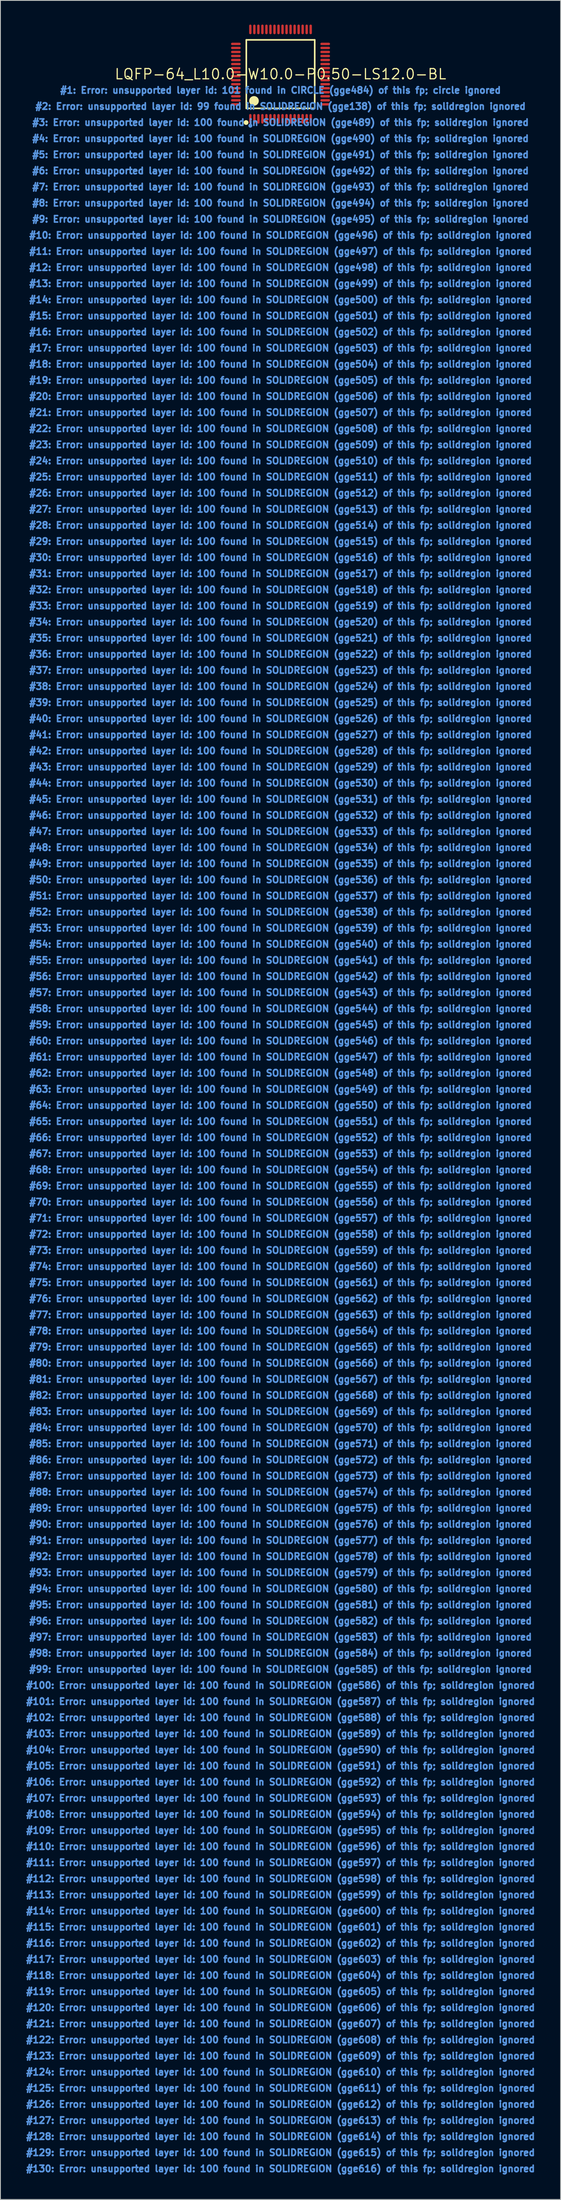
<source format=kicad_pcb>
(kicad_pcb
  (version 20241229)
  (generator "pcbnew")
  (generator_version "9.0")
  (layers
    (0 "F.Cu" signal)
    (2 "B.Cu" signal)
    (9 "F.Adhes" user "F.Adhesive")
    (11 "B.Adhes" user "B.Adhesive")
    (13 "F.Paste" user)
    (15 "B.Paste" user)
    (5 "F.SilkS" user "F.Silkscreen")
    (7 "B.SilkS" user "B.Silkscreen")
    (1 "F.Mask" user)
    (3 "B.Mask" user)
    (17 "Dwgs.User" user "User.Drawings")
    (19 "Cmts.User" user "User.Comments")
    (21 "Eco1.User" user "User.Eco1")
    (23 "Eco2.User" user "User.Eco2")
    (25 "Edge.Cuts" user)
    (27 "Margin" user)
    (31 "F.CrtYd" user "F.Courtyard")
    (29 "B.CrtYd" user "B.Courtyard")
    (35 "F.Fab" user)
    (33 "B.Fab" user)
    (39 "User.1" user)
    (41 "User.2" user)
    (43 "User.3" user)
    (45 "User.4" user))
  (footprint "LQFP-64_L10.0-W10.0-P0.50-LS12.0-BL"
    (layer "F.Cu")
    (at 31.801 6.15)
    (property "Reference" "LQFP-64_L10.0-W10.0-P0.50-LS12.0-BL" (at 0 0 0) (layer "F.SilkS") (effects (font (size 1.27 1.27) (thickness 0.15))))
    (attr smd)
    (fp_line (start -4.25 -4.25) (end -4.25 4.25) (stroke (width 0.2) (type solid)) (layer "F.SilkS"))
    (fp_line (start -4.25 4.25) (end 4.25 4.25) (stroke (width 0.2) (type solid)) (layer "F.SilkS"))
    (fp_line (start 4.25 -4.25) (end -4.25 -4.25) (stroke (width 0.2) (type solid)) (layer "F.SilkS"))
    (fp_line (start 4.25 4.25) (end 4.25 -4.25) (stroke (width 0.2) (type solid)) (layer "F.SilkS"))
    (fp_arc (start -4.277 5.86) (mid -4.27973 6.160012) (end -4.27954 5.859988) (stroke (width 0.3) (type solid)) (layer "F.SilkS"))
    (fp_arc (start -3.294 3.025) (mid -3.297461 3.625015) (end -3.299079 3.024992) (stroke (width 0.6) (type solid)) (layer "F.SilkS"))
    (fp_circle (center -3.75 6.4) (end -3.625 6.4) (stroke (width 0.25) (type solid)) (fill no) (layer "Cmts.User"))
    (fp_text user "#105: Error: unsupported layer id: 100 found in SOLIDREGION (gge591) of this fp; solidregion ignored" (at 0 210 0) (layer "Cmts.User") (effects (font (size 0.8 0.8) (thickness 0.2))))
    (fp_text user "#109: Error: unsupported layer id: 100 found in SOLIDREGION (gge595) of this fp; solidregion ignored" (at 0 218 0) (layer "Cmts.User") (effects (font (size 0.8 0.8) (thickness 0.2))))
    (fp_text user "#107: Error: unsupported layer id: 100 found in SOLIDREGION (gge593) of this fp; solidregion ignored" (at 0 214 0) (layer "Cmts.User") (effects (font (size 0.8 0.8) (thickness 0.2))))
    (fp_text user "#103: Error: unsupported layer id: 100 found in SOLIDREGION (gge589) of this fp; solidregion ignored" (at 0 206 0) (layer "Cmts.User") (effects (font (size 0.8 0.8) (thickness 0.2))))
    (fp_text user "#8: Error: unsupported layer id: 100 found in SOLIDREGION (gge494) of this fp; solidregion ignored" (at 0 16 0) (layer "Cmts.User") (effects (font (size 0.8 0.8) (thickness 0.2))))
    (fp_text user "#114: Error: unsupported layer id: 100 found in SOLIDREGION (gge600) of this fp; solidregion ignored" (at 0 228 0) (layer "Cmts.User") (effects (font (size 0.8 0.8) (thickness 0.2))))
    (fp_text user "#77: Error: unsupported layer id: 100 found in SOLIDREGION (gge563) of this fp; solidregion ignored" (at 0 154 0) (layer "Cmts.User") (effects (font (size 0.8 0.8) (thickness 0.2))))
    (fp_text user "#68: Error: unsupported layer id: 100 found in SOLIDREGION (gge554) of this fp; solidregion ignored" (at 0 136 0) (layer "Cmts.User") (effects (font (size 0.8 0.8) (thickness 0.2))))
    (fp_text user "#23: Error: unsupported layer id: 100 found in SOLIDREGION (gge509) of this fp; solidregion ignored" (at 0 46 0) (layer "Cmts.User") (effects (font (size 0.8 0.8) (thickness 0.2))))
    (fp_text user "#89: Error: unsupported layer id: 100 found in SOLIDREGION (gge575) of this fp; solidregion ignored" (at 0 178 0) (layer "Cmts.User") (effects (font (size 0.8 0.8) (thickness 0.2))))
    (fp_text user "#11: Error: unsupported layer id: 100 found in SOLIDREGION (gge497) of this fp; solidregion ignored" (at 0 22 0) (layer "Cmts.User") (effects (font (size 0.8 0.8) (thickness 0.2))))
    (fp_text user "#87: Error: unsupported layer id: 100 found in SOLIDREGION (gge573) of this fp; solidregion ignored" (at 0 174 0) (layer "Cmts.User") (effects (font (size 0.8 0.8) (thickness 0.2))))
    (fp_text user "#50: Error: unsupported layer id: 100 found in SOLIDREGION (gge536) of this fp; solidregion ignored" (at 0 100 0) (layer "Cmts.User") (effects (font (size 0.8 0.8) (thickness 0.2))))
    (fp_text user "#31: Error: unsupported layer id: 100 found in SOLIDREGION (gge517) of this fp; solidregion ignored" (at 0 62 0) (layer "Cmts.User") (effects (font (size 0.8 0.8) (thickness 0.2))))
    (fp_text user "#46: Error: unsupported layer id: 100 found in SOLIDREGION (gge532) of this fp; solidregion ignored" (at 0 92 0) (layer "Cmts.User") (effects (font (size 0.8 0.8) (thickness 0.2))))
    (fp_text user "#124: Error: unsupported layer id: 100 found in SOLIDREGION (gge610) of this fp; solidregion ignored" (at 0 248 0) (layer "Cmts.User") (effects (font (size 0.8 0.8) (thickness 0.2))))
    (fp_text user "#13: Error: unsupported layer id: 100 found in SOLIDREGION (gge499) of this fp; solidregion ignored" (at 0 26 0) (layer "Cmts.User") (effects (font (size 0.8 0.8) (thickness 0.2))))
    (fp_text user "#98: Error: unsupported layer id: 100 found in SOLIDREGION (gge584) of this fp; solidregion ignored" (at 0 196 0) (layer "Cmts.User") (effects (font (size 0.8 0.8) (thickness 0.2))))
    (fp_text user "#96: Error: unsupported layer id: 100 found in SOLIDREGION (gge582) of this fp; solidregion ignored" (at 0 192 0) (layer "Cmts.User") (effects (font (size 0.8 0.8) (thickness 0.2))))
    (fp_text user "#36: Error: unsupported layer id: 100 found in SOLIDREGION (gge522) of this fp; solidregion ignored" (at 0 72 0) (layer "Cmts.User") (effects (font (size 0.8 0.8) (thickness 0.2))))
    (fp_text user "#120: Error: unsupported layer id: 100 found in SOLIDREGION (gge606) of this fp; solidregion ignored" (at 0 240 0) (layer "Cmts.User") (effects (font (size 0.8 0.8) (thickness 0.2))))
    (fp_text user "#110: Error: unsupported layer id: 100 found in SOLIDREGION (gge596) of this fp; solidregion ignored" (at 0 220 0) (layer "Cmts.User") (effects (font (size 0.8 0.8) (thickness 0.2))))
    (fp_text user "#92: Error: unsupported layer id: 100 found in SOLIDREGION (gge578) of this fp; solidregion ignored" (at 0 184 0) (layer "Cmts.User") (effects (font (size 0.8 0.8) (thickness 0.2))))
    (fp_text user "#18: Error: unsupported layer id: 100 found in SOLIDREGION (gge504) of this fp; solidregion ignored" (at 0 36 0) (layer "Cmts.User") (effects (font (size 0.8 0.8) (thickness 0.2))))
    (fp_text user "#73: Error: unsupported layer id: 100 found in SOLIDREGION (gge559) of this fp; solidregion ignored" (at 0 146 0) (layer "Cmts.User") (effects (font (size 0.8 0.8) (thickness 0.2))))
    (fp_text user "#44: Error: unsupported layer id: 100 found in SOLIDREGION (gge530) of this fp; solidregion ignored" (at 0 88 0) (layer "Cmts.User") (effects (font (size 0.8 0.8) (thickness 0.2))))
    (fp_text user "#61: Error: unsupported layer id: 100 found in SOLIDREGION (gge547) of this fp; solidregion ignored" (at 0 122 0) (layer "Cmts.User") (effects (font (size 0.8 0.8) (thickness 0.2))))
    (fp_text user "#9: Error: unsupported layer id: 100 found in SOLIDREGION (gge495) of this fp; solidregion ignored" (at 0 18 0) (layer "Cmts.User") (effects (font (size 0.8 0.8) (thickness 0.2))))
    (fp_text user "#88: Error: unsupported layer id: 100 found in SOLIDREGION (gge574) of this fp; solidregion ignored" (at 0 176 0) (layer "Cmts.User") (effects (font (size 0.8 0.8) (thickness 0.2))))
    (fp_text user "#40: Error: unsupported layer id: 100 found in SOLIDREGION (gge526) of this fp; solidregion ignored" (at 0 80 0) (layer "Cmts.User") (effects (font (size 0.8 0.8) (thickness 0.2))))
    (fp_text user "#66: Error: unsupported layer id: 100 found in SOLIDREGION (gge552) of this fp; solidregion ignored" (at 0 132 0) (layer "Cmts.User") (effects (font (size 0.8 0.8) (thickness 0.2))))
    (fp_text user "#58: Error: unsupported layer id: 100 found in SOLIDREGION (gge544) of this fp; solidregion ignored" (at 0 116 0) (layer "Cmts.User") (effects (font (size 0.8 0.8) (thickness 0.2))))
    (fp_text user "#16: Error: unsupported layer id: 100 found in SOLIDREGION (gge502) of this fp; solidregion ignored" (at 0 32 0) (layer "Cmts.User") (effects (font (size 0.8 0.8) (thickness 0.2))))
    (fp_text user "#45: Error: unsupported layer id: 100 found in SOLIDREGION (gge531) of this fp; solidregion ignored" (at 0 90 0) (layer "Cmts.User") (effects (font (size 0.8 0.8) (thickness 0.2))))
    (fp_text user "#6: Error: unsupported layer id: 100 found in SOLIDREGION (gge492) of this fp; solidregion ignored" (at 0 12 0) (layer "Cmts.User") (effects (font (size 0.8 0.8) (thickness 0.2))))
    (fp_text user "#85: Error: unsupported layer id: 100 found in SOLIDREGION (gge571) of this fp; solidregion ignored" (at 0 170 0) (layer "Cmts.User") (effects (font (size 0.8 0.8) (thickness 0.2))))
    (fp_text user "#65: Error: unsupported layer id: 100 found in SOLIDREGION (gge551) of this fp; solidregion ignored" (at 0 130 0) (layer "Cmts.User") (effects (font (size 0.8 0.8) (thickness 0.2))))
    (fp_text user "#95: Error: unsupported layer id: 100 found in SOLIDREGION (gge581) of this fp; solidregion ignored" (at 0 190 0) (layer "Cmts.User") (effects (font (size 0.8 0.8) (thickness 0.2))))
    (fp_text user "#26: Error: unsupported layer id: 100 found in SOLIDREGION (gge512) of this fp; solidregion ignored" (at 0 52 0) (layer "Cmts.User") (effects (font (size 0.8 0.8) (thickness 0.2))))
    (fp_text user "#39: Error: unsupported layer id: 100 found in SOLIDREGION (gge525) of this fp; solidregion ignored" (at 0 78 0) (layer "Cmts.User") (effects (font (size 0.8 0.8) (thickness 0.2))))
    (fp_text user "#93: Error: unsupported layer id: 100 found in SOLIDREGION (gge579) of this fp; solidregion ignored" (at 0 186 0) (layer "Cmts.User") (effects (font (size 0.8 0.8) (thickness 0.2))))
    (fp_text user "#125: Error: unsupported layer id: 100 found in SOLIDREGION (gge611) of this fp; solidregion ignored" (at 0 250 0) (layer "Cmts.User") (effects (font (size 0.8 0.8) (thickness 0.2))))
    (fp_text user "#41: Error: unsupported layer id: 100 found in SOLIDREGION (gge527) of this fp; solidregion ignored" (at 0 82 0) (layer "Cmts.User") (effects (font (size 0.8 0.8) (thickness 0.2))))
    (fp_text user "#72: Error: unsupported layer id: 100 found in SOLIDREGION (gge558) of this fp; solidregion ignored" (at 0 144 0) (layer "Cmts.User") (effects (font (size 0.8 0.8) (thickness 0.2))))
    (fp_text user "#1: Error: unsupported layer id: 101 found in CIRCLE (gge484) of this fp; circle ignored" (at 0 2 0) (layer "Cmts.User") (effects (font (size 0.8 0.8) (thickness 0.2))))
    (fp_text user "#90: Error: unsupported layer id: 100 found in SOLIDREGION (gge576) of this fp; solidregion ignored" (at 0 180 0) (layer "Cmts.User") (effects (font (size 0.8 0.8) (thickness 0.2))))
    (fp_text user "#71: Error: unsupported layer id: 100 found in SOLIDREGION (gge557) of this fp; solidregion ignored" (at 0 142 0) (layer "Cmts.User") (effects (font (size 0.8 0.8) (thickness 0.2))))
    (fp_text user "#59: Error: unsupported layer id: 100 found in SOLIDREGION (gge545) of this fp; solidregion ignored" (at 0 118 0) (layer "Cmts.User") (effects (font (size 0.8 0.8) (thickness 0.2))))
    (fp_text user "#81: Error: unsupported layer id: 100 found in SOLIDREGION (gge567) of this fp; solidregion ignored" (at 0 162 0) (layer "Cmts.User") (effects (font (size 0.8 0.8) (thickness 0.2))))
    (fp_text user "#42: Error: unsupported layer id: 100 found in SOLIDREGION (gge528) of this fp; solidregion ignored" (at 0 84 0) (layer "Cmts.User") (effects (font (size 0.8 0.8) (thickness 0.2))))
    (fp_text user "#63: Error: unsupported layer id: 100 found in SOLIDREGION (gge549) of this fp; solidregion ignored" (at 0 126 0) (layer "Cmts.User") (effects (font (size 0.8 0.8) (thickness 0.2))))
    (fp_text user "#100: Error: unsupported layer id: 100 found in SOLIDREGION (gge586) of this fp; solidregion ignored" (at 0 200 0) (layer "Cmts.User") (effects (font (size 0.8 0.8) (thickness 0.2))))
    (fp_text user "#83: Error: unsupported layer id: 100 found in SOLIDREGION (gge569) of this fp; solidregion ignored" (at 0 166 0) (layer "Cmts.User") (effects (font (size 0.8 0.8) (thickness 0.2))))
    (fp_text user "#91: Error: unsupported layer id: 100 found in SOLIDREGION (gge577) of this fp; solidregion ignored" (at 0 182 0) (layer "Cmts.User") (effects (font (size 0.8 0.8) (thickness 0.2))))
    (fp_text user "#2: Error: unsupported layer id: 99 found in SOLIDREGION (gge138) of this fp; solidregion ignored" (at 0 4 0) (layer "Cmts.User") (effects (font (size 0.8 0.8) (thickness 0.2))))
    (fp_text user "#22: Error: unsupported layer id: 100 found in SOLIDREGION (gge508) of this fp; solidregion ignored" (at 0 44 0) (layer "Cmts.User") (effects (font (size 0.8 0.8) (thickness 0.2))))
    (fp_text user "#25: Error: unsupported layer id: 100 found in SOLIDREGION (gge511) of this fp; solidregion ignored" (at 0 50 0) (layer "Cmts.User") (effects (font (size 0.8 0.8) (thickness 0.2))))
    (fp_text user "#82: Error: unsupported layer id: 100 found in SOLIDREGION (gge568) of this fp; solidregion ignored" (at 0 164 0) (layer "Cmts.User") (effects (font (size 0.8 0.8) (thickness 0.2))))
    (fp_text user "#12: Error: unsupported layer id: 100 found in SOLIDREGION (gge498) of this fp; solidregion ignored" (at 0 24 0) (layer "Cmts.User") (effects (font (size 0.8 0.8) (thickness 0.2))))
    (fp_text user "#128: Error: unsupported layer id: 100 found in SOLIDREGION (gge614) of this fp; solidregion ignored" (at 0 256 0) (layer "Cmts.User") (effects (font (size 0.8 0.8) (thickness 0.2))))
    (fp_text user "#69: Error: unsupported layer id: 100 found in SOLIDREGION (gge555) of this fp; solidregion ignored" (at 0 138 0) (layer "Cmts.User") (effects (font (size 0.8 0.8) (thickness 0.2))))
    (fp_text user "#102: Error: unsupported layer id: 100 found in SOLIDREGION (gge588) of this fp; solidregion ignored" (at 0 204 0) (layer "Cmts.User") (effects (font (size 0.8 0.8) (thickness 0.2))))
    (fp_text user "#49: Error: unsupported layer id: 100 found in SOLIDREGION (gge535) of this fp; solidregion ignored" (at 0 98 0) (layer "Cmts.User") (effects (font (size 0.8 0.8) (thickness 0.2))))
    (fp_text user "#32: Error: unsupported layer id: 100 found in SOLIDREGION (gge518) of this fp; solidregion ignored" (at 0 64 0) (layer "Cmts.User") (effects (font (size 0.8 0.8) (thickness 0.2))))
    (fp_text user "#111: Error: unsupported layer id: 100 found in SOLIDREGION (gge597) of this fp; solidregion ignored" (at 0 222 0) (layer "Cmts.User") (effects (font (size 0.8 0.8) (thickness 0.2))))
    (fp_text user "#99: Error: unsupported layer id: 100 found in SOLIDREGION (gge585) of this fp; solidregion ignored" (at 0 198 0) (layer "Cmts.User") (effects (font (size 0.8 0.8) (thickness 0.2))))
    (fp_text user "#117: Error: unsupported layer id: 100 found in SOLIDREGION (gge603) of this fp; solidregion ignored" (at 0 234 0) (layer "Cmts.User") (effects (font (size 0.8 0.8) (thickness 0.2))))
    (fp_text user "#78: Error: unsupported layer id: 100 found in SOLIDREGION (gge564) of this fp; solidregion ignored" (at 0 156 0) (layer "Cmts.User") (effects (font (size 0.8 0.8) (thickness 0.2))))
    (fp_text user "#28: Error: unsupported layer id: 100 found in SOLIDREGION (gge514) of this fp; solidregion ignored" (at 0 56 0) (layer "Cmts.User") (effects (font (size 0.8 0.8) (thickness 0.2))))
    (fp_text user "#75: Error: unsupported layer id: 100 found in SOLIDREGION (gge561) of this fp; solidregion ignored" (at 0 150 0) (layer "Cmts.User") (effects (font (size 0.8 0.8) (thickness 0.2))))
    (fp_text user "#10: Error: unsupported layer id: 100 found in SOLIDREGION (gge496) of this fp; solidregion ignored" (at 0 20 0) (layer "Cmts.User") (effects (font (size 0.8 0.8) (thickness 0.2))))
    (fp_text user "#116: Error: unsupported layer id: 100 found in SOLIDREGION (gge602) of this fp; solidregion ignored" (at 0 232 0) (layer "Cmts.User") (effects (font (size 0.8 0.8) (thickness 0.2))))
    (fp_text user "#60: Error: unsupported layer id: 100 found in SOLIDREGION (gge546) of this fp; solidregion ignored" (at 0 120 0) (layer "Cmts.User") (effects (font (size 0.8 0.8) (thickness 0.2))))
    (fp_text user "#113: Error: unsupported layer id: 100 found in SOLIDREGION (gge599) of this fp; solidregion ignored" (at 0 226 0) (layer "Cmts.User") (effects (font (size 0.8 0.8) (thickness 0.2))))
    (fp_text user "#5: Error: unsupported layer id: 100 found in SOLIDREGION (gge491) of this fp; solidregion ignored" (at 0 10 0) (layer "Cmts.User") (effects (font (size 0.8 0.8) (thickness 0.2))))
    (fp_text user "#79: Error: unsupported layer id: 100 found in SOLIDREGION (gge565) of this fp; solidregion ignored" (at 0 158 0) (layer "Cmts.User") (effects (font (size 0.8 0.8) (thickness 0.2))))
    (fp_text user "#130: Error: unsupported layer id: 100 found in SOLIDREGION (gge616) of this fp; solidregion ignored" (at 0 260 0) (layer "Cmts.User") (effects (font (size 0.8 0.8) (thickness 0.2))))
    (fp_text user "#101: Error: unsupported layer id: 100 found in SOLIDREGION (gge587) of this fp; solidregion ignored" (at 0 202 0) (layer "Cmts.User") (effects (font (size 0.8 0.8) (thickness 0.2))))
    (fp_text user "#24: Error: unsupported layer id: 100 found in SOLIDREGION (gge510) of this fp; solidregion ignored" (at 0 48 0) (layer "Cmts.User") (effects (font (size 0.8 0.8) (thickness 0.2))))
    (fp_text user "#15: Error: unsupported layer id: 100 found in SOLIDREGION (gge501) of this fp; solidregion ignored" (at 0 30 0) (layer "Cmts.User") (effects (font (size 0.8 0.8) (thickness 0.2))))
    (fp_text user "#129: Error: unsupported layer id: 100 found in SOLIDREGION (gge615) of this fp; solidregion ignored" (at 0 258 0) (layer "Cmts.User") (effects (font (size 0.8 0.8) (thickness 0.2))))
    (fp_text user "#17: Error: unsupported layer id: 100 found in SOLIDREGION (gge503) of this fp; solidregion ignored" (at 0 34 0) (layer "Cmts.User") (effects (font (size 0.8 0.8) (thickness 0.2))))
    (fp_text user "#118: Error: unsupported layer id: 100 found in SOLIDREGION (gge604) of this fp; solidregion ignored" (at 0 236 0) (layer "Cmts.User") (effects (font (size 0.8 0.8) (thickness 0.2))))
    (fp_text user "#34: Error: unsupported layer id: 100 found in SOLIDREGION (gge520) of this fp; solidregion ignored" (at 0 68 0) (layer "Cmts.User") (effects (font (size 0.8 0.8) (thickness 0.2))))
    (fp_text user "#21: Error: unsupported layer id: 100 found in SOLIDREGION (gge507) of this fp; solidregion ignored" (at 0 42 0) (layer "Cmts.User") (effects (font (size 0.8 0.8) (thickness 0.2))))
    (fp_text user "#47: Error: unsupported layer id: 100 found in SOLIDREGION (gge533) of this fp; solidregion ignored" (at 0 94 0) (layer "Cmts.User") (effects (font (size 0.8 0.8) (thickness 0.2))))
    (fp_text user "#57: Error: unsupported layer id: 100 found in SOLIDREGION (gge543) of this fp; solidregion ignored" (at 0 114 0) (layer "Cmts.User") (effects (font (size 0.8 0.8) (thickness 0.2))))
    (fp_text user "#97: Error: unsupported layer id: 100 found in SOLIDREGION (gge583) of this fp; solidregion ignored" (at 0 194 0) (layer "Cmts.User") (effects (font (size 0.8 0.8) (thickness 0.2))))
    (fp_text user "#70: Error: unsupported layer id: 100 found in SOLIDREGION (gge556) of this fp; solidregion ignored" (at 0 140 0) (layer "Cmts.User") (effects (font (size 0.8 0.8) (thickness 0.2))))
    (fp_text user "#48: Error: unsupported layer id: 100 found in SOLIDREGION (gge534) of this fp; solidregion ignored" (at 0 96 0) (layer "Cmts.User") (effects (font (size 0.8 0.8) (thickness 0.2))))
    (fp_text user "#127: Error: unsupported layer id: 100 found in SOLIDREGION (gge613) of this fp; solidregion ignored" (at 0 254 0) (layer "Cmts.User") (effects (font (size 0.8 0.8) (thickness 0.2))))
    (fp_text user "#84: Error: unsupported layer id: 100 found in SOLIDREGION (gge570) of this fp; solidregion ignored" (at 0 168 0) (layer "Cmts.User") (effects (font (size 0.8 0.8) (thickness 0.2))))
    (fp_text user "#123: Error: unsupported layer id: 100 found in SOLIDREGION (gge609) of this fp; solidregion ignored" (at 0 246 0) (layer "Cmts.User") (effects (font (size 0.8 0.8) (thickness 0.2))))
    (fp_text user "#67: Error: unsupported layer id: 100 found in SOLIDREGION (gge553) of this fp; solidregion ignored" (at 0 134 0) (layer "Cmts.User") (effects (font (size 0.8 0.8) (thickness 0.2))))
    (fp_text user "#122: Error: unsupported layer id: 100 found in SOLIDREGION (gge608) of this fp; solidregion ignored" (at 0 244 0) (layer "Cmts.User") (effects (font (size 0.8 0.8) (thickness 0.2))))
    (fp_text user "#30: Error: unsupported layer id: 100 found in SOLIDREGION (gge516) of this fp; solidregion ignored" (at 0 60 0) (layer "Cmts.User") (effects (font (size 0.8 0.8) (thickness 0.2))))
    (fp_text user "#19: Error: unsupported layer id: 100 found in SOLIDREGION (gge505) of this fp; solidregion ignored" (at 0 38 0) (layer "Cmts.User") (effects (font (size 0.8 0.8) (thickness 0.2))))
    (fp_text user "#62: Error: unsupported layer id: 100 found in SOLIDREGION (gge548) of this fp; solidregion ignored" (at 0 124 0) (layer "Cmts.User") (effects (font (size 0.8 0.8) (thickness 0.2))))
    (fp_text user "#27: Error: unsupported layer id: 100 found in SOLIDREGION (gge513) of this fp; solidregion ignored" (at 0 54 0) (layer "Cmts.User") (effects (font (size 0.8 0.8) (thickness 0.2))))
    (fp_text user "#64: Error: unsupported layer id: 100 found in SOLIDREGION (gge550) of this fp; solidregion ignored" (at 0 128 0) (layer "Cmts.User") (effects (font (size 0.8 0.8) (thickness 0.2))))
    (fp_text user "#38: Error: unsupported layer id: 100 found in SOLIDREGION (gge524) of this fp; solidregion ignored" (at 0 76 0) (layer "Cmts.User") (effects (font (size 0.8 0.8) (thickness 0.2))))
    (fp_text user "#74: Error: unsupported layer id: 100 found in SOLIDREGION (gge560) of this fp; solidregion ignored" (at 0 148 0) (layer "Cmts.User") (effects (font (size 0.8 0.8) (thickness 0.2))))
    (fp_text user "#35: Error: unsupported layer id: 100 found in SOLIDREGION (gge521) of this fp; solidregion ignored" (at 0 70 0) (layer "Cmts.User") (effects (font (size 0.8 0.8) (thickness 0.2))))
    (fp_text user "#80: Error: unsupported layer id: 100 found in SOLIDREGION (gge566) of this fp; solidregion ignored" (at 0 160 0) (layer "Cmts.User") (effects (font (size 0.8 0.8) (thickness 0.2))))
    (fp_text user "#53: Error: unsupported layer id: 100 found in SOLIDREGION (gge539) of this fp; solidregion ignored" (at 0 106 0) (layer "Cmts.User") (effects (font (size 0.8 0.8) (thickness 0.2))))
    (fp_text user "#126: Error: unsupported layer id: 100 found in SOLIDREGION (gge612) of this fp; solidregion ignored" (at 0 252 0) (layer "Cmts.User") (effects (font (size 0.8 0.8) (thickness 0.2))))
    (fp_text user "#108: Error: unsupported layer id: 100 found in SOLIDREGION (gge594) of this fp; solidregion ignored" (at 0 216 0) (layer "Cmts.User") (effects (font (size 0.8 0.8) (thickness 0.2))))
    (fp_text user "#20: Error: unsupported layer id: 100 found in SOLIDREGION (gge506) of this fp; solidregion ignored" (at 0 40 0) (layer "Cmts.User") (effects (font (size 0.8 0.8) (thickness 0.2))))
    (fp_text user "#3: Error: unsupported layer id: 100 found in SOLIDREGION (gge489) of this fp; solidregion ignored" (at 0 6 0) (layer "Cmts.User") (effects (font (size 0.8 0.8) (thickness 0.2))))
    (fp_text user "#14: Error: unsupported layer id: 100 found in SOLIDREGION (gge500) of this fp; solidregion ignored" (at 0 28 0) (layer "Cmts.User") (effects (font (size 0.8 0.8) (thickness 0.2))))
    (fp_text user "#29: Error: unsupported layer id: 100 found in SOLIDREGION (gge515) of this fp; solidregion ignored" (at 0 58 0) (layer "Cmts.User") (effects (font (size 0.8 0.8) (thickness 0.2))))
    (fp_text user "#7: Error: unsupported layer id: 100 found in SOLIDREGION (gge493) of this fp; solidregion ignored" (at 0 14 0) (layer "Cmts.User") (effects (font (size 0.8 0.8) (thickness 0.2))))
    (fp_text user "#43: Error: unsupported layer id: 100 found in SOLIDREGION (gge529) of this fp; solidregion ignored" (at 0 86 0) (layer "Cmts.User") (effects (font (size 0.8 0.8) (thickness 0.2))))
    (fp_text user "#76: Error: unsupported layer id: 100 found in SOLIDREGION (gge562) of this fp; solidregion ignored" (at 0 152 0) (layer "Cmts.User") (effects (font (size 0.8 0.8) (thickness 0.2))))
    (fp_text user "#4: Error: unsupported layer id: 100 found in SOLIDREGION (gge490) of this fp; solidregion ignored" (at 0 8 0) (layer "Cmts.User") (effects (font (size 0.8 0.8) (thickness 0.2))))
    (fp_text user "#119: Error: unsupported layer id: 100 found in SOLIDREGION (gge605) of this fp; solidregion ignored" (at 0 238 0) (layer "Cmts.User") (effects (font (size 0.8 0.8) (thickness 0.2))))
    (fp_text user "#94: Error: unsupported layer id: 100 found in SOLIDREGION (gge580) of this fp; solidregion ignored" (at 0 188 0) (layer "Cmts.User") (effects (font (size 0.8 0.8) (thickness 0.2))))
    (fp_text user "#51: Error: unsupported layer id: 100 found in SOLIDREGION (gge537) of this fp; solidregion ignored" (at 0 102 0) (layer "Cmts.User") (effects (font (size 0.8 0.8) (thickness 0.2))))
    (fp_text user "#115: Error: unsupported layer id: 100 found in SOLIDREGION (gge601) of this fp; solidregion ignored" (at 0 230 0) (layer "Cmts.User") (effects (font (size 0.8 0.8) (thickness 0.2))))
    (fp_text user "#33: Error: unsupported layer id: 100 found in SOLIDREGION (gge519) of this fp; solidregion ignored" (at 0 66 0) (layer "Cmts.User") (effects (font (size 0.8 0.8) (thickness 0.2))))
    (fp_text user "#37: Error: unsupported layer id: 100 found in SOLIDREGION (gge523) of this fp; solidregion ignored" (at 0 74 0) (layer "Cmts.User") (effects (font (size 0.8 0.8) (thickness 0.2))))
    (fp_text user "#121: Error: unsupported layer id: 100 found in SOLIDREGION (gge607) of this fp; solidregion ignored" (at 0 242 0) (layer "Cmts.User") (effects (font (size 0.8 0.8) (thickness 0.2))))
    (fp_text user "#54: Error: unsupported layer id: 100 found in SOLIDREGION (gge540) of this fp; solidregion ignored" (at 0 108 0) (layer "Cmts.User") (effects (font (size 0.8 0.8) (thickness 0.2))))
    (fp_text user "#112: Error: unsupported layer id: 100 found in SOLIDREGION (gge598) of this fp; solidregion ignored" (at 0 224 0) (layer "Cmts.User") (effects (font (size 0.8 0.8) (thickness 0.2))))
    (fp_text user "#104: Error: unsupported layer id: 100 found in SOLIDREGION (gge590) of this fp; solidregion ignored" (at 0 208 0) (layer "Cmts.User") (effects (font (size 0.8 0.8) (thickness 0.2))))
    (fp_text user "#86: Error: unsupported layer id: 100 found in SOLIDREGION (gge572) of this fp; solidregion ignored" (at 0 172 0) (layer "Cmts.User") (effects (font (size 0.8 0.8) (thickness 0.2))))
    (fp_text user "#106: Error: unsupported layer id: 100 found in SOLIDREGION (gge592) of this fp; solidregion ignored" (at 0 212 0) (layer "Cmts.User") (effects (font (size 0.8 0.8) (thickness 0.2))))
    (fp_text user "#55: Error: unsupported layer id: 100 found in SOLIDREGION (gge541) of this fp; solidregion ignored" (at 0 110 0) (layer "Cmts.User") (effects (font (size 0.8 0.8) (thickness 0.2))))
    (fp_text user "#52: Error: unsupported layer id: 100 found in SOLIDREGION (gge538) of this fp; solidregion ignored" (at 0 104 0) (layer "Cmts.User") (effects (font (size 0.8 0.8) (thickness 0.2))))
    (fp_text user "#56: Error: unsupported layer id: 100 found in SOLIDREGION (gge542) of this fp; solidregion ignored" (at 0 112 0) (layer "Cmts.User") (effects (font (size 0.8 0.8) (thickness 0.2))))
    (pad "1" smd oval (at -3.75 5.55 180) (size 0.3 1.2) (layers "F.Cu" "F.Mask" "F.Paste"))
    (pad "2" smd oval (at -3.25 5.55 180) (size 0.3 1.2) (layers "F.Cu" "F.Mask" "F.Paste"))
    (pad "3" smd oval (at -2.75 5.55 180) (size 0.3 1.2) (layers "F.Cu" "F.Mask" "F.Paste"))
    (pad "4" smd oval (at -2.25 5.55 180) (size 0.3 1.2) (layers "F.Cu" "F.Mask" "F.Paste"))
    (pad "5" smd oval (at -1.75 5.55 180) (size 0.3 1.2) (layers "F.Cu" "F.Mask" "F.Paste"))
    (pad "6" smd oval (at -1.25 5.55 180) (size 0.3 1.2) (layers "F.Cu" "F.Mask" "F.Paste"))
    (pad "7" smd oval (at -0.75 5.55 180) (size 0.3 1.2) (layers "F.Cu" "F.Mask" "F.Paste"))
    (pad "8" smd oval (at -0.25 5.55 180) (size 0.3 1.2) (layers "F.Cu" "F.Mask" "F.Paste"))
    (pad "9" smd oval (at 0.25 5.55 180) (size 0.3 1.2) (layers "F.Cu" "F.Mask" "F.Paste"))
    (pad "10" smd oval (at 0.75 5.55 180) (size 0.3 1.2) (layers "F.Cu" "F.Mask" "F.Paste"))
    (pad "11" smd oval (at 1.25 5.55 180) (size 0.3 1.2) (layers "F.Cu" "F.Mask" "F.Paste"))
    (pad "12" smd oval (at 1.75 5.55 180) (size 0.3 1.2) (layers "F.Cu" "F.Mask" "F.Paste"))
    (pad "13" smd oval (at 2.25 5.55 180) (size 0.3 1.2) (layers "F.Cu" "F.Mask" "F.Paste"))
    (pad "14" smd oval (at 2.75 5.55 180) (size 0.3 1.2) (layers "F.Cu" "F.Mask" "F.Paste"))
    (pad "15" smd oval (at 3.25 5.55 180) (size 0.3 1.2) (layers "F.Cu" "F.Mask" "F.Paste"))
    (pad "16" smd oval (at 3.75 5.55 180) (size 0.3 1.2) (layers "F.Cu" "F.Mask" "F.Paste"))
    (pad "17" smd oval (at 5.55 3.75 90) (size 0.3 1.2) (layers "F.Cu" "F.Mask" "F.Paste"))
    (pad "18" smd oval (at 5.55 3.25 90) (size 0.3 1.2) (layers "F.Cu" "F.Mask" "F.Paste"))
    (pad "19" smd oval (at 5.55 2.75 90) (size 0.3 1.2) (layers "F.Cu" "F.Mask" "F.Paste"))
    (pad "20" smd oval (at 5.55 2.25 90) (size 0.3 1.2) (layers "F.Cu" "F.Mask" "F.Paste"))
    (pad "21" smd oval (at 5.55 1.75 90) (size 0.3 1.2) (layers "F.Cu" "F.Mask" "F.Paste"))
    (pad "22" smd oval (at 5.55 1.25 90) (size 0.3 1.2) (layers "F.Cu" "F.Mask" "F.Paste"))
    (pad "23" smd oval (at 5.55 0.75 90) (size 0.3 1.2) (layers "F.Cu" "F.Mask" "F.Paste"))
    (pad "24" smd oval (at 5.55 0.25 90) (size 0.3 1.2) (layers "F.Cu" "F.Mask" "F.Paste"))
    (pad "25" smd oval (at 5.55 -0.25 90) (size 0.3 1.2) (layers "F.Cu" "F.Mask" "F.Paste"))
    (pad "26" smd oval (at 5.55 -0.75 90) (size 0.3 1.2) (layers "F.Cu" "F.Mask" "F.Paste"))
    (pad "27" smd oval (at 5.55 -1.25 90) (size 0.3 1.2) (layers "F.Cu" "F.Mask" "F.Paste"))
    (pad "28" smd oval (at 5.55 -1.75 90) (size 0.3 1.2) (layers "F.Cu" "F.Mask" "F.Paste"))
    (pad "29" smd oval (at 5.55 -2.25 90) (size 0.3 1.2) (layers "F.Cu" "F.Mask" "F.Paste"))
    (pad "30" smd oval (at 5.55 -2.75 90) (size 0.3 1.2) (layers "F.Cu" "F.Mask" "F.Paste"))
    (pad "31" smd oval (at 5.55 -3.25 90) (size 0.3 1.2) (layers "F.Cu" "F.Mask" "F.Paste"))
    (pad "32" smd oval (at 5.55 -3.75 90) (size 0.3 1.2) (layers "F.Cu" "F.Mask" "F.Paste"))
    (pad "33" smd oval (at 3.75 -5.55 180) (size 0.3 1.2) (layers "F.Cu" "F.Mask" "F.Paste"))
    (pad "34" smd oval (at 3.25 -5.55 180) (size 0.3 1.2) (layers "F.Cu" "F.Mask" "F.Paste"))
    (pad "35" smd oval (at 2.75 -5.55 180) (size 0.3 1.2) (layers "F.Cu" "F.Mask" "F.Paste"))
    (pad "36" smd oval (at 2.25 -5.55 180) (size 0.3 1.2) (layers "F.Cu" "F.Mask" "F.Paste"))
    (pad "37" smd oval (at 1.75 -5.55 180) (size 0.3 1.2) (layers "F.Cu" "F.Mask" "F.Paste"))
    (pad "38" smd oval (at 1.25 -5.55 180) (size 0.3 1.2) (layers "F.Cu" "F.Mask" "F.Paste"))
    (pad "39" smd oval (at 0.75 -5.55 180) (size 0.3 1.2) (layers "F.Cu" "F.Mask" "F.Paste"))
    (pad "40" smd oval (at 0.25 -5.55 180) (size 0.3 1.2) (layers "F.Cu" "F.Mask" "F.Paste"))
    (pad "41" smd oval (at -0.25 -5.55 180) (size 0.3 1.2) (layers "F.Cu" "F.Mask" "F.Paste"))
    (pad "42" smd oval (at -0.75 -5.55 180) (size 0.3 1.2) (layers "F.Cu" "F.Mask" "F.Paste"))
    (pad "43" smd oval (at -1.25 -5.55 180) (size 0.3 1.2) (layers "F.Cu" "F.Mask" "F.Paste"))
    (pad "44" smd oval (at -1.75 -5.55 180) (size 0.3 1.2) (layers "F.Cu" "F.Mask" "F.Paste"))
    (pad "45" smd oval (at -2.25 -5.55 180) (size 0.3 1.2) (layers "F.Cu" "F.Mask" "F.Paste"))
    (pad "46" smd oval (at -2.75 -5.55 180) (size 0.3 1.2) (layers "F.Cu" "F.Mask" "F.Paste"))
    (pad "47" smd oval (at -3.25 -5.55 180) (size 0.3 1.2) (layers "F.Cu" "F.Mask" "F.Paste"))
    (pad "48" smd oval (at -3.75 -5.55 180) (size 0.3 1.2) (layers "F.Cu" "F.Mask" "F.Paste"))
    (pad "49" smd oval (at -5.55 -3.75 90) (size 0.3 1.2) (layers "F.Cu" "F.Mask" "F.Paste"))
    (pad "50" smd oval (at -5.55 -3.25 90) (size 0.3 1.2) (layers "F.Cu" "F.Mask" "F.Paste"))
    (pad "51" smd oval (at -5.55 -2.75 90) (size 0.3 1.2) (layers "F.Cu" "F.Mask" "F.Paste"))
    (pad "52" smd oval (at -5.55 -2.25 90) (size 0.3 1.2) (layers "F.Cu" "F.Mask" "F.Paste"))
    (pad "53" smd oval (at -5.55 -1.75 90) (size 0.3 1.2) (layers "F.Cu" "F.Mask" "F.Paste"))
    (pad "54" smd oval (at -5.55 -1.25 90) (size 0.3 1.2) (layers "F.Cu" "F.Mask" "F.Paste"))
    (pad "55" smd oval (at -5.55 -0.75 90) (size 0.3 1.2) (layers "F.Cu" "F.Mask" "F.Paste"))
    (pad "56" smd oval (at -5.55 -0.25 90) (size 0.3 1.2) (layers "F.Cu" "F.Mask" "F.Paste"))
    (pad "57" smd oval (at -5.55 0.25 90) (size 0.3 1.2) (layers "F.Cu" "F.Mask" "F.Paste"))
    (pad "58" smd oval (at -5.55 0.75 90) (size 0.3 1.2) (layers "F.Cu" "F.Mask" "F.Paste"))
    (pad "59" smd oval (at -5.55 1.25 90) (size 0.3 1.2) (layers "F.Cu" "F.Mask" "F.Paste"))
    (pad "60" smd oval (at -5.55 1.75 90) (size 0.3 1.2) (layers "F.Cu" "F.Mask" "F.Paste"))
    (pad "61" smd oval (at -5.55 2.25 90) (size 0.3 1.2) (layers "F.Cu" "F.Mask" "F.Paste"))
    (pad "62" smd oval (at -5.55 2.75 90) (size 0.3 1.2) (layers "F.Cu" "F.Mask" "F.Paste"))
    (pad "63" smd oval (at -5.55 3.25 90) (size 0.3 1.2) (layers "F.Cu" "F.Mask" "F.Paste"))
    (pad "64" smd oval (at -5.55 3.75 90) (size 0.3 1.2) (layers "F.Cu" "F.Mask" "F.Paste")))
  (gr_rect
    (start -3 -3)
    (end 66.602 269.969)
    (stroke (width 0.1) (type default))
    (fill no)
    (layer "Edge.Cuts")))
</source>
